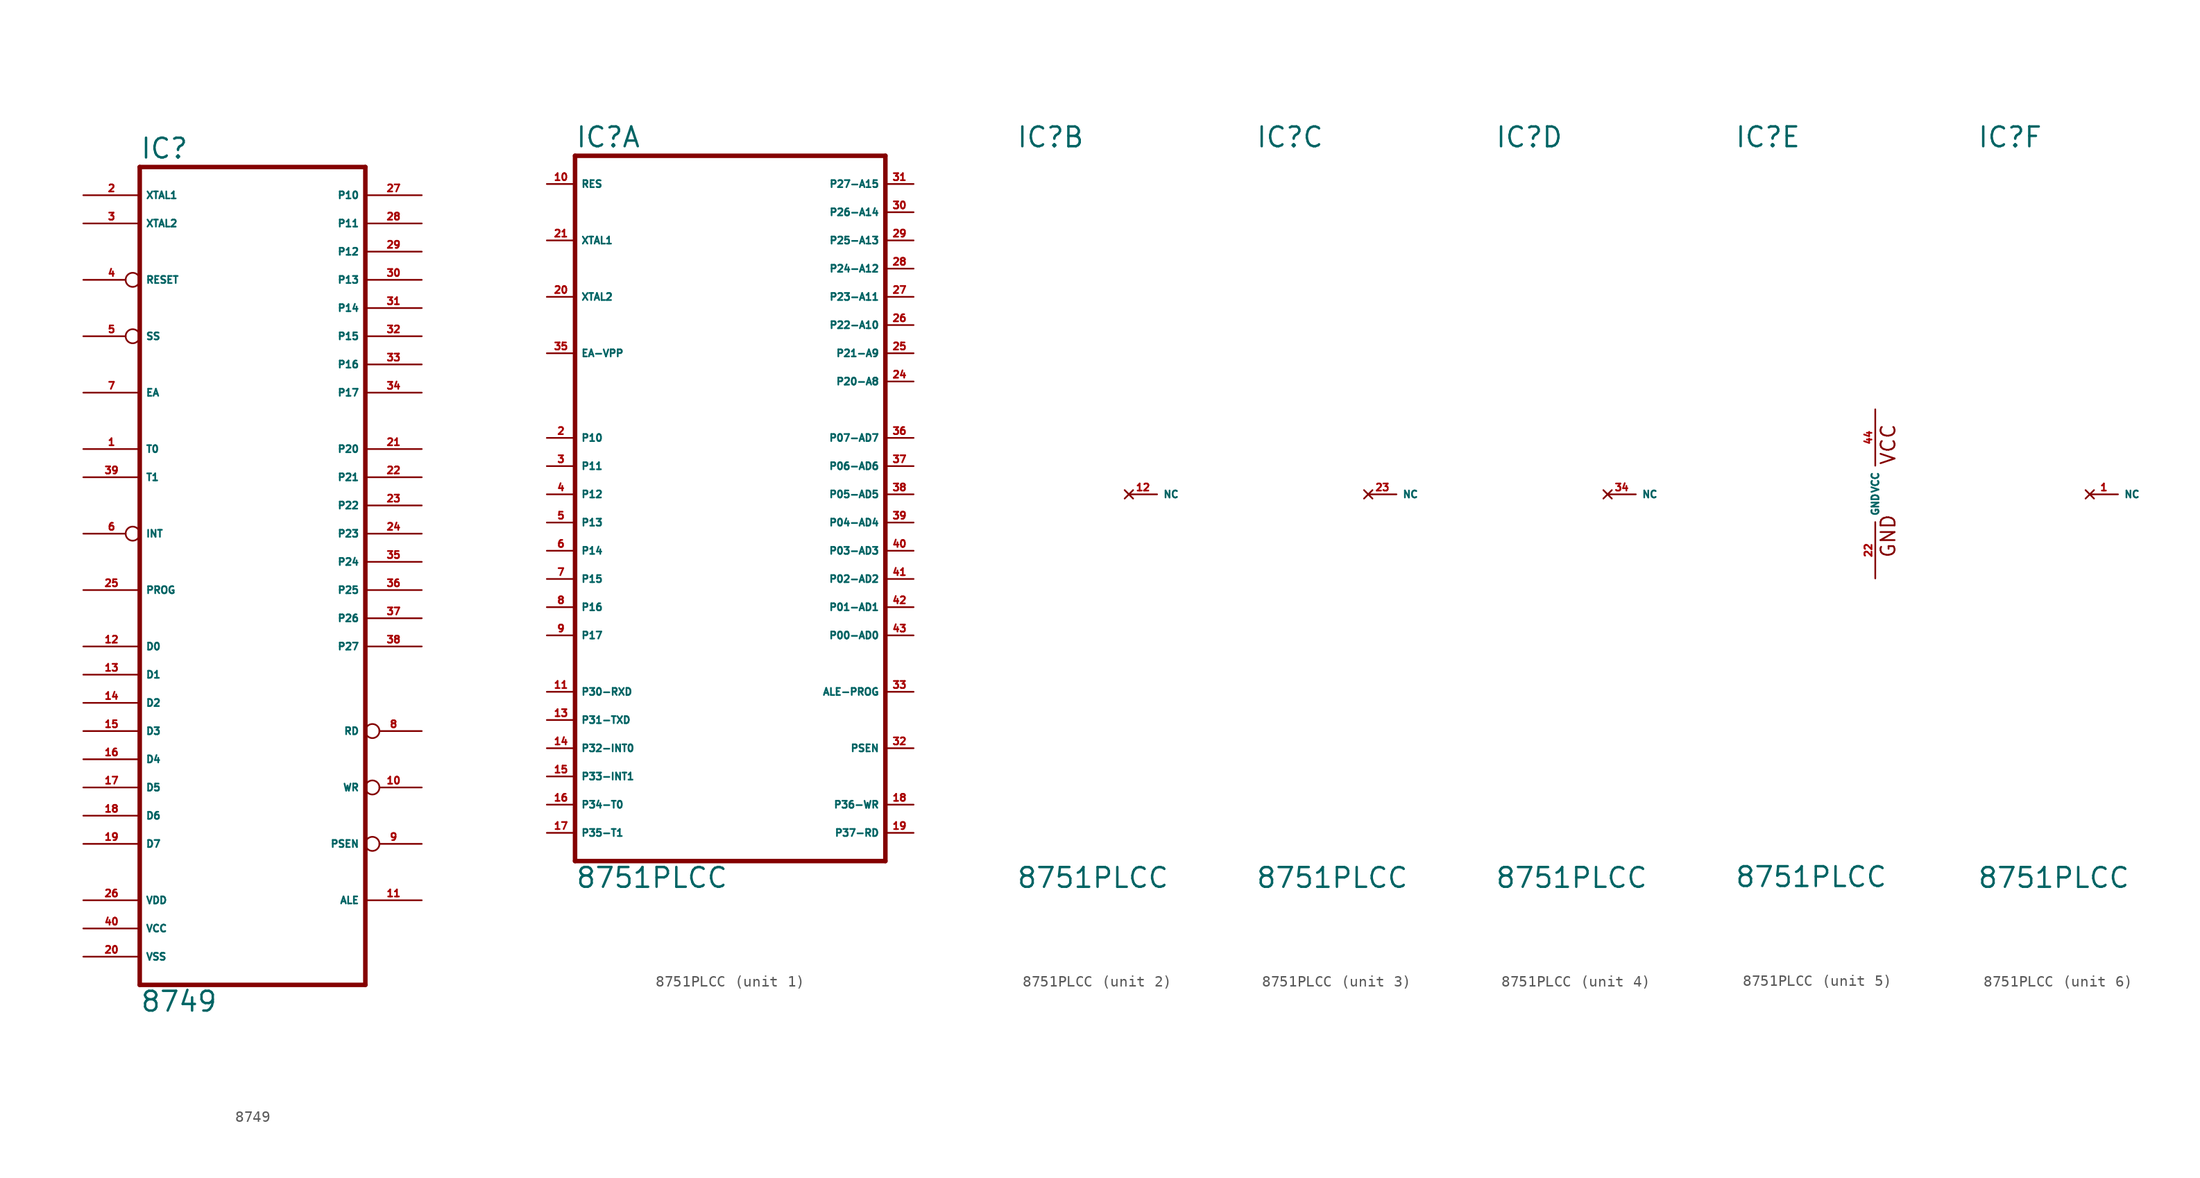
<source format=kicad_sym>
(kicad_symbol_lib
  (version 20220914)
  (generator Eagle2Kicad)
  (symbol "8749"
    (property "Reference" "IC"
      (at -10.16 36.195 0)
      (effects (font (size 1.778 1.778) (thickness 0.22)) (justify left bottom)))
    (property "Value" "8749"
      (at -10.16 -40.64 0)
      (effects (font (size 1.778 1.778) (thickness 0.22)) (justify left bottom)))
    (polyline
      (pts (xy 10.16 35.56) (xy 10.16 -38.1))
      (stroke (width 0.406) (type default))
      (fill (type none)))
    (polyline
      (pts (xy -10.16 -38.1) (xy 10.16 -38.1))
      (stroke (width 0.406) (type default))
      (fill (type none)))
    (polyline
      (pts (xy -10.16 -38.1) (xy -10.16 35.56))
      (stroke (width 0.406) (type default))
      (fill (type none)))
    (polyline
      (pts (xy 10.16 35.56) (xy -10.16 35.56))
      (stroke (width 0.406) (type default))
      (fill (type none)))
    (pin output line
      (at -15.24 30.48 0)
      (length 5.08)
      (name "XTAL2" (effects (font (size 0.635 0.635) (thickness 0.08)) (justify left bottom)))
      (number "3" (effects (font (size 0.635 0.635) (thickness 0.08)) (justify left bottom))))
    (pin input line
      (at -15.24 33.02 0)
      (length 5.08)
      (name "XTAL1" (effects (font (size 0.635 0.635) (thickness 0.08)) (justify left bottom)))
      (number "2" (effects (font (size 0.635 0.635) (thickness 0.08)) (justify left bottom))))
    (pin input line
      (at -15.24 15.24 0)
      (length 5.08)
      (name "EA" (effects (font (size 0.635 0.635) (thickness 0.08)) (justify left bottom)))
      (number "7" (effects (font (size 0.635 0.635) (thickness 0.08)) (justify left bottom))))
    (pin bidirectional line
      (at 15.24 -7.62 180)
      (length 5.08)
      (name "P27" (effects (font (size 0.635 0.635) (thickness 0.08)) (justify left bottom)))
      (number "38" (effects (font (size 0.635 0.635) (thickness 0.08)) (justify left bottom))))
    (pin bidirectional line
      (at 15.24 -5.08 180)
      (length 5.08)
      (name "P26" (effects (font (size 0.635 0.635) (thickness 0.08)) (justify left bottom)))
      (number "37" (effects (font (size 0.635 0.635) (thickness 0.08)) (justify left bottom))))
    (pin bidirectional line
      (at 15.24 -2.54 180)
      (length 5.08)
      (name "P25" (effects (font (size 0.635 0.635) (thickness 0.08)) (justify left bottom)))
      (number "36" (effects (font (size 0.635 0.635) (thickness 0.08)) (justify left bottom))))
    (pin bidirectional line
      (at 15.24 0 180)
      (length 5.08)
      (name "P24" (effects (font (size 0.635 0.635) (thickness 0.08)) (justify left bottom)))
      (number "35" (effects (font (size 0.635 0.635) (thickness 0.08)) (justify left bottom))))
    (pin bidirectional line
      (at 15.24 2.54 180)
      (length 5.08)
      (name "P23" (effects (font (size 0.635 0.635) (thickness 0.08)) (justify left bottom)))
      (number "24" (effects (font (size 0.635 0.635) (thickness 0.08)) (justify left bottom))))
    (pin bidirectional line
      (at 15.24 5.08 180)
      (length 5.08)
      (name "P22" (effects (font (size 0.635 0.635) (thickness 0.08)) (justify left bottom)))
      (number "23" (effects (font (size 0.635 0.635) (thickness 0.08)) (justify left bottom))))
    (pin bidirectional line
      (at 15.24 7.62 180)
      (length 5.08)
      (name "P21" (effects (font (size 0.635 0.635) (thickness 0.08)) (justify left bottom)))
      (number "22" (effects (font (size 0.635 0.635) (thickness 0.08)) (justify left bottom))))
    (pin bidirectional line
      (at 15.24 10.16 180)
      (length 5.08)
      (name "P20" (effects (font (size 0.635 0.635) (thickness 0.08)) (justify left bottom)))
      (number "21" (effects (font (size 0.635 0.635) (thickness 0.08)) (justify left bottom))))
    (pin bidirectional line
      (at -15.24 -25.4 0)
      (length 5.08)
      (name "D7" (effects (font (size 0.635 0.635) (thickness 0.08)) (justify left bottom)))
      (number "19" (effects (font (size 0.635 0.635) (thickness 0.08)) (justify left bottom))))
    (pin bidirectional line
      (at -15.24 -22.86 0)
      (length 5.08)
      (name "D6" (effects (font (size 0.635 0.635) (thickness 0.08)) (justify left bottom)))
      (number "18" (effects (font (size 0.635 0.635) (thickness 0.08)) (justify left bottom))))
    (pin bidirectional line
      (at -15.24 -20.32 0)
      (length 5.08)
      (name "D5" (effects (font (size 0.635 0.635) (thickness 0.08)) (justify left bottom)))
      (number "17" (effects (font (size 0.635 0.635) (thickness 0.08)) (justify left bottom))))
    (pin bidirectional line
      (at -15.24 -17.78 0)
      (length 5.08)
      (name "D4" (effects (font (size 0.635 0.635) (thickness 0.08)) (justify left bottom)))
      (number "16" (effects (font (size 0.635 0.635) (thickness 0.08)) (justify left bottom))))
    (pin bidirectional line
      (at -15.24 -15.24 0)
      (length 5.08)
      (name "D3" (effects (font (size 0.635 0.635) (thickness 0.08)) (justify left bottom)))
      (number "15" (effects (font (size 0.635 0.635) (thickness 0.08)) (justify left bottom))))
    (pin bidirectional line
      (at -15.24 -12.7 0)
      (length 5.08)
      (name "D2" (effects (font (size 0.635 0.635) (thickness 0.08)) (justify left bottom)))
      (number "14" (effects (font (size 0.635 0.635) (thickness 0.08)) (justify left bottom))))
    (pin bidirectional line
      (at -15.24 -10.16 0)
      (length 5.08)
      (name "D1" (effects (font (size 0.635 0.635) (thickness 0.08)) (justify left bottom)))
      (number "13" (effects (font (size 0.635 0.635) (thickness 0.08)) (justify left bottom))))
    (pin bidirectional line
      (at -15.24 -7.62 0)
      (length 5.08)
      (name "D0" (effects (font (size 0.635 0.635) (thickness 0.08)) (justify left bottom)))
      (number "12" (effects (font (size 0.635 0.635) (thickness 0.08)) (justify left bottom))))
    (pin output line
      (at 15.24 -30.48 180)
      (length 5.08)
      (name "ALE" (effects (font (size 0.635 0.635) (thickness 0.08)) (justify left bottom)))
      (number "11" (effects (font (size 0.635 0.635) (thickness 0.08)) (justify left bottom))))
    (pin output inverted
      (at 15.24 -25.4 180)
      (length 5.08)
      (name "PSEN" (effects (font (size 0.635 0.635) (thickness 0.08)) (justify left bottom)))
      (number "9" (effects (font (size 0.635 0.635) (thickness 0.08)) (justify left bottom))))
    (pin output inverted
      (at 15.24 -15.24 180)
      (length 5.08)
      (name "RD" (effects (font (size 0.635 0.635) (thickness 0.08)) (justify left bottom)))
      (number "8" (effects (font (size 0.635 0.635) (thickness 0.08)) (justify left bottom))))
    (pin output inverted
      (at 15.24 -20.32 180)
      (length 5.08)
      (name "WR" (effects (font (size 0.635 0.635) (thickness 0.08)) (justify left bottom)))
      (number "10" (effects (font (size 0.635 0.635) (thickness 0.08)) (justify left bottom))))
    (pin unspecified line
      (at -15.24 -33.02 0)
      (length 5.08)
      (name "VCC" (effects (font (size 0.635 0.635) (thickness 0.08)) (justify left bottom)))
      (number "40" (effects (font (size 0.635 0.635) (thickness 0.08)) (justify left bottom))))
    (pin unspecified line
      (at -15.24 -35.56 0)
      (length 5.08)
      (name "VSS" (effects (font (size 0.635 0.635) (thickness 0.08)) (justify left bottom)))
      (number "20" (effects (font (size 0.635 0.635) (thickness 0.08)) (justify left bottom))))
    (pin bidirectional line
      (at 15.24 30.48 180)
      (length 5.08)
      (name "P11" (effects (font (size 0.635 0.635) (thickness 0.08)) (justify left bottom)))
      (number "28" (effects (font (size 0.635 0.635) (thickness 0.08)) (justify left bottom))))
    (pin input inverted
      (at -15.24 25.4 0)
      (length 5.08)
      (name "RESET" (effects (font (size 0.635 0.635) (thickness 0.08)) (justify left bottom)))
      (number "4" (effects (font (size 0.635 0.635) (thickness 0.08)) (justify left bottom))))
    (pin bidirectional line
      (at 15.24 25.4 180)
      (length 5.08)
      (name "P13" (effects (font (size 0.635 0.635) (thickness 0.08)) (justify left bottom)))
      (number "30" (effects (font (size 0.635 0.635) (thickness 0.08)) (justify left bottom))))
    (pin bidirectional line
      (at 15.24 22.86 180)
      (length 5.08)
      (name "P14" (effects (font (size 0.635 0.635) (thickness 0.08)) (justify left bottom)))
      (number "31" (effects (font (size 0.635 0.635) (thickness 0.08)) (justify left bottom))))
    (pin bidirectional line
      (at 15.24 20.32 180)
      (length 5.08)
      (name "P15" (effects (font (size 0.635 0.635) (thickness 0.08)) (justify left bottom)))
      (number "32" (effects (font (size 0.635 0.635) (thickness 0.08)) (justify left bottom))))
    (pin bidirectional line
      (at 15.24 17.78 180)
      (length 5.08)
      (name "P16" (effects (font (size 0.635 0.635) (thickness 0.08)) (justify left bottom)))
      (number "33" (effects (font (size 0.635 0.635) (thickness 0.08)) (justify left bottom))))
    (pin bidirectional line
      (at 15.24 15.24 180)
      (length 5.08)
      (name "P17" (effects (font (size 0.635 0.635) (thickness 0.08)) (justify left bottom)))
      (number "34" (effects (font (size 0.635 0.635) (thickness 0.08)) (justify left bottom))))
    (pin input line
      (at -15.24 10.16 0)
      (length 5.08)
      (name "T0" (effects (font (size 0.635 0.635) (thickness 0.08)) (justify left bottom)))
      (number "1" (effects (font (size 0.635 0.635) (thickness 0.08)) (justify left bottom))))
    (pin input line
      (at -15.24 7.62 0)
      (length 5.08)
      (name "T1" (effects (font (size 0.635 0.635) (thickness 0.08)) (justify left bottom)))
      (number "39" (effects (font (size 0.635 0.635) (thickness 0.08)) (justify left bottom))))
    (pin input inverted
      (at -15.24 20.32 0)
      (length 5.08)
      (name "SS" (effects (font (size 0.635 0.635) (thickness 0.08)) (justify left bottom)))
      (number "5" (effects (font (size 0.635 0.635) (thickness 0.08)) (justify left bottom))))
    (pin input line
      (at -15.24 -2.54 0)
      (length 5.08)
      (name "PROG" (effects (font (size 0.635 0.635) (thickness 0.08)) (justify left bottom)))
      (number "25" (effects (font (size 0.635 0.635) (thickness 0.08)) (justify left bottom))))
    (pin input inverted
      (at -15.24 2.54 0)
      (length 5.08)
      (name "INT" (effects (font (size 0.635 0.635) (thickness 0.08)) (justify left bottom)))
      (number "6" (effects (font (size 0.635 0.635) (thickness 0.08)) (justify left bottom))))
    (pin bidirectional line
      (at 15.24 27.94 180)
      (length 5.08)
      (name "P12" (effects (font (size 0.635 0.635) (thickness 0.08)) (justify left bottom)))
      (number "29" (effects (font (size 0.635 0.635) (thickness 0.08)) (justify left bottom))))
    (pin bidirectional line
      (at 15.24 33.02 180)
      (length 5.08)
      (name "P10" (effects (font (size 0.635 0.635) (thickness 0.08)) (justify left bottom)))
      (number "27" (effects (font (size 0.635 0.635) (thickness 0.08)) (justify left bottom))))
    (pin unspecified line
      (at -15.24 -30.48 0)
      (length 5.08)
      (name "VDD" (effects (font (size 0.635 0.635) (thickness 0.08)) (justify left bottom)))
      (number "26" (effects (font (size 0.635 0.635) (thickness 0.08)) (justify left bottom)))))
  (symbol "8751PLCC"
    (property "Reference" "IC"
      (at -12.7 31.115 0)
      (effects (font (size 1.778 1.778) (thickness 0.22)) (justify left bottom)))
    (property "Value" "8751PLCC"
      (at -12.7 -35.56 0)
      (effects (font (size 1.778 1.778) (thickness 0.22)) (justify left bottom)))
    (symbol "8751PLCC_1_0"
      (polyline (pts (xy 15.24 30.48) (xy 15.24 -33.02)) (stroke (width 0.406) (type default)) (fill (type none)))
      (polyline (pts (xy -12.7 -33.02) (xy 15.24 -33.02)) (stroke (width 0.406) (type default)) (fill (type none)))
      (polyline (pts (xy -12.7 -33.02) (xy -12.7 30.48)) (stroke (width 0.406) (type default)) (fill (type none)))
      (polyline (pts (xy 15.24 30.48) (xy -12.7 30.48)) (stroke (width 0.406) (type default)) (fill (type none)))
      (pin input line (at -15.24 17.78 0) (length 2.54) (name "XTAL2" (effects (font (size 0.635 0.635) (thickness 0.08)) (justify left bottom))) (number "20" (effects (font (size 0.635 0.635) (thickness 0.08)) (justify left bottom))))
      (pin input line (at -15.24 22.86 0) (length 2.54) (name "XTAL1" (effects (font (size 0.635 0.635) (thickness 0.08)) (justify left bottom))) (number "21" (effects (font (size 0.635 0.635) (thickness 0.08)) (justify left bottom))))
      (pin input line (at -15.24 12.7 0) (length 2.54) (name "EA-VPP" (effects (font (size 0.635 0.635) (thickness 0.08)) (justify left bottom))) (number "35" (effects (font (size 0.635 0.635) (thickness 0.08)) (justify left bottom))))
      (pin bidirectional line (at 17.78 27.94 180) (length 2.54) (name "P27-A15" (effects (font (size 0.635 0.635) (thickness 0.08)) (justify left bottom))) (number "31" (effects (font (size 0.635 0.635) (thickness 0.08)) (justify left bottom))))
      (pin bidirectional line (at 17.78 25.4 180) (length 2.54) (name "P26-A14" (effects (font (size 0.635 0.635) (thickness 0.08)) (justify left bottom))) (number "30" (effects (font (size 0.635 0.635) (thickness 0.08)) (justify left bottom))))
      (pin bidirectional line (at 17.78 22.86 180) (length 2.54) (name "P25-A13" (effects (font (size 0.635 0.635) (thickness 0.08)) (justify left bottom))) (number "29" (effects (font (size 0.635 0.635) (thickness 0.08)) (justify left bottom))))
      (pin bidirectional line (at 17.78 20.32 180) (length 2.54) (name "P24-A12" (effects (font (size 0.635 0.635) (thickness 0.08)) (justify left bottom))) (number "28" (effects (font (size 0.635 0.635) (thickness 0.08)) (justify left bottom))))
      (pin bidirectional line (at 17.78 17.78 180) (length 2.54) (name "P23-A11" (effects (font (size 0.635 0.635) (thickness 0.08)) (justify left bottom))) (number "27" (effects (font (size 0.635 0.635) (thickness 0.08)) (justify left bottom))))
      (pin bidirectional line (at 17.78 15.24 180) (length 2.54) (name "P22-A10" (effects (font (size 0.635 0.635) (thickness 0.08)) (justify left bottom))) (number "26" (effects (font (size 0.635 0.635) (thickness 0.08)) (justify left bottom))))
      (pin bidirectional line (at 17.78 12.7 180) (length 2.54) (name "P21-A9" (effects (font (size 0.635 0.635) (thickness 0.08)) (justify left bottom))) (number "25" (effects (font (size 0.635 0.635) (thickness 0.08)) (justify left bottom))))
      (pin bidirectional line (at 17.78 10.16 180) (length 2.54) (name "P20-A8" (effects (font (size 0.635 0.635) (thickness 0.08)) (justify left bottom))) (number "24" (effects (font (size 0.635 0.635) (thickness 0.08)) (justify left bottom))))
      (pin bidirectional line (at 17.78 5.08 180) (length 2.54) (name "P07-AD7" (effects (font (size 0.635 0.635) (thickness 0.08)) (justify left bottom))) (number "36" (effects (font (size 0.635 0.635) (thickness 0.08)) (justify left bottom))))
      (pin bidirectional line (at 17.78 2.54 180) (length 2.54) (name "P06-AD6" (effects (font (size 0.635 0.635) (thickness 0.08)) (justify left bottom))) (number "37" (effects (font (size 0.635 0.635) (thickness 0.08)) (justify left bottom))))
      (pin bidirectional line (at 17.78 0 180) (length 2.54) (name "P05-AD5" (effects (font (size 0.635 0.635) (thickness 0.08)) (justify left bottom))) (number "38" (effects (font (size 0.635 0.635) (thickness 0.08)) (justify left bottom))))
      (pin bidirectional line (at 17.78 -2.54 180) (length 2.54) (name "P04-AD4" (effects (font (size 0.635 0.635) (thickness 0.08)) (justify left bottom))) (number "39" (effects (font (size 0.635 0.635) (thickness 0.08)) (justify left bottom))))
      (pin bidirectional line (at 17.78 -5.08 180) (length 2.54) (name "P03-AD3" (effects (font (size 0.635 0.635) (thickness 0.08)) (justify left bottom))) (number "40" (effects (font (size 0.635 0.635) (thickness 0.08)) (justify left bottom))))
      (pin bidirectional line (at 17.78 -7.62 180) (length 2.54) (name "P02-AD2" (effects (font (size 0.635 0.635) (thickness 0.08)) (justify left bottom))) (number "41" (effects (font (size 0.635 0.635) (thickness 0.08)) (justify left bottom))))
      (pin bidirectional line (at 17.78 -10.16 180) (length 2.54) (name "P01-AD1" (effects (font (size 0.635 0.635) (thickness 0.08)) (justify left bottom))) (number "42" (effects (font (size 0.635 0.635) (thickness 0.08)) (justify left bottom))))
      (pin bidirectional line (at 17.78 -12.7 180) (length 2.54) (name "P00-AD0" (effects (font (size 0.635 0.635) (thickness 0.08)) (justify left bottom))) (number "43" (effects (font (size 0.635 0.635) (thickness 0.08)) (justify left bottom))))
      (pin output line (at 17.78 -17.78 180) (length 2.54) (name "ALE-PROG" (effects (font (size 0.635 0.635) (thickness 0.08)) (justify left bottom))) (number "33" (effects (font (size 0.635 0.635) (thickness 0.08)) (justify left bottom))))
      (pin output line (at 17.78 -22.86 180) (length 2.54) (name "PSEN" (effects (font (size 0.635 0.635) (thickness 0.08)) (justify left bottom))) (number "32" (effects (font (size 0.635 0.635) (thickness 0.08)) (justify left bottom))))
      (pin bidirectional line (at 17.78 -30.48 180) (length 2.54) (name "P37-RD" (effects (font (size 0.635 0.635) (thickness 0.08)) (justify left bottom))) (number "19" (effects (font (size 0.635 0.635) (thickness 0.08)) (justify left bottom))))
      (pin bidirectional line (at 17.78 -27.94 180) (length 2.54) (name "P36-WR" (effects (font (size 0.635 0.635) (thickness 0.08)) (justify left bottom))) (number "18" (effects (font (size 0.635 0.635) (thickness 0.08)) (justify left bottom))))
      (pin bidirectional line (at -15.24 2.54 0) (length 2.54) (name "P11" (effects (font (size 0.635 0.635) (thickness 0.08)) (justify left bottom))) (number "3" (effects (font (size 0.635 0.635) (thickness 0.08)) (justify left bottom))))
      (pin input line (at -15.24 27.94 0) (length 2.54) (name "RES" (effects (font (size 0.635 0.635) (thickness 0.08)) (justify left bottom))) (number "10" (effects (font (size 0.635 0.635) (thickness 0.08)) (justify left bottom))))
      (pin bidirectional line (at -15.24 -2.54 0) (length 2.54) (name "P13" (effects (font (size 0.635 0.635) (thickness 0.08)) (justify left bottom))) (number "5" (effects (font (size 0.635 0.635) (thickness 0.08)) (justify left bottom))))
      (pin bidirectional line (at -15.24 -5.08 0) (length 2.54) (name "P14" (effects (font (size 0.635 0.635) (thickness 0.08)) (justify left bottom))) (number "6" (effects (font (size 0.635 0.635) (thickness 0.08)) (justify left bottom))))
      (pin bidirectional line (at -15.24 -7.62 0) (length 2.54) (name "P15" (effects (font (size 0.635 0.635) (thickness 0.08)) (justify left bottom))) (number "7" (effects (font (size 0.635 0.635) (thickness 0.08)) (justify left bottom))))
      (pin bidirectional line (at -15.24 -10.16 0) (length 2.54) (name "P16" (effects (font (size 0.635 0.635) (thickness 0.08)) (justify left bottom))) (number "8" (effects (font (size 0.635 0.635) (thickness 0.08)) (justify left bottom))))
      (pin bidirectional line (at -15.24 -12.7 0) (length 2.54) (name "P17" (effects (font (size 0.635 0.635) (thickness 0.08)) (justify left bottom))) (number "9" (effects (font (size 0.635 0.635) (thickness 0.08)) (justify left bottom))))
      (pin bidirectional line (at -15.24 -17.78 0) (length 2.54) (name "P30-RXD" (effects (font (size 0.635 0.635) (thickness 0.08)) (justify left bottom))) (number "11" (effects (font (size 0.635 0.635) (thickness 0.08)) (justify left bottom))))
      (pin bidirectional line (at -15.24 -20.32 0) (length 2.54) (name "P31-TXD" (effects (font (size 0.635 0.635) (thickness 0.08)) (justify left bottom))) (number "13" (effects (font (size 0.635 0.635) (thickness 0.08)) (justify left bottom))))
      (pin bidirectional line (at -15.24 -22.86 0) (length 2.54) (name "P32-INT0" (effects (font (size 0.635 0.635) (thickness 0.08)) (justify left bottom))) (number "14" (effects (font (size 0.635 0.635) (thickness 0.08)) (justify left bottom))))
      (pin bidirectional line (at -15.24 -25.4 0) (length 2.54) (name "P33-INT1" (effects (font (size 0.635 0.635) (thickness 0.08)) (justify left bottom))) (number "15" (effects (font (size 0.635 0.635) (thickness 0.08)) (justify left bottom))))
      (pin bidirectional line (at -15.24 -27.94 0) (length 2.54) (name "P34-T0" (effects (font (size 0.635 0.635) (thickness 0.08)) (justify left bottom))) (number "16" (effects (font (size 0.635 0.635) (thickness 0.08)) (justify left bottom))))
      (pin bidirectional line (at -15.24 -30.48 0) (length 2.54) (name "P35-T1" (effects (font (size 0.635 0.635) (thickness 0.08)) (justify left bottom))) (number "17" (effects (font (size 0.635 0.635) (thickness 0.08)) (justify left bottom))))
      (pin bidirectional line (at -15.24 0 0) (length 2.54) (name "P12" (effects (font (size 0.635 0.635) (thickness 0.08)) (justify left bottom))) (number "4" (effects (font (size 0.635 0.635) (thickness 0.08)) (justify left bottom))))
      (pin bidirectional line (at -15.24 5.08 0) (length 2.54) (name "P10" (effects (font (size 0.635 0.635) (thickness 0.08)) (justify left bottom))) (number "2" (effects (font (size 0.635 0.635) (thickness 0.08)) (justify left bottom)))))
    (symbol "8751PLCC_2_0"
      (pin no_connect line (at -2.54 0 0) (length 2.54) (name "NC" (effects (font (size 0.635 0.635) (thickness 0.08)) (justify left bottom) hide)) (number "12" (effects (font (size 0.635 0.635) (thickness 0.08)) (justify left bottom) hide))))
    (symbol "8751PLCC_3_0"
      (pin no_connect line (at -2.54 0 0) (length 2.54) (name "NC" (effects (font (size 0.635 0.635) (thickness 0.08)) (justify left bottom) hide)) (number "23" (effects (font (size 0.635 0.635) (thickness 0.08)) (justify left bottom) hide))))
    (symbol "8751PLCC_4_0"
      (pin no_connect line (at -2.54 0 0) (length 2.54) (name "NC" (effects (font (size 0.635 0.635) (thickness 0.08)) (justify left bottom) hide)) (number "34" (effects (font (size 0.635 0.635) (thickness 0.08)) (justify left bottom) hide))))
    (symbol "8751PLCC_5_0"
      (text "GND" (at 1.905 -5.842 900) (effects (font (size 1.27 1.27) (thickness 0.16)) (justify left bottom)))
      (text "VCC" (at 1.905 2.54 900) (effects (font (size 1.27 1.27) (thickness 0.16)) (justify left bottom)))
      (pin unspecified line (at 0 -7.62 90) (length 5.08) (name "GND" (effects (font (size 0.635 0.635) (thickness 0.08)) (justify left bottom))) (number "22" (effects (font (size 0.635 0.635) (thickness 0.08)) (justify left bottom))))
      (pin unspecified line (at 0 7.62 270) (length 5.08) (name "VCC" (effects (font (size 0.635 0.635) (thickness 0.08)) (justify left bottom))) (number "44" (effects (font (size 0.635 0.635) (thickness 0.08)) (justify left bottom)))))
    (symbol "8751PLCC_6_0"
      (pin no_connect line (at -2.54 0 0) (length 2.54) (name "NC" (effects (font (size 0.635 0.635) (thickness 0.08)) (justify left bottom) hide)) (number "1" (effects (font (size 0.635 0.635) (thickness 0.08)) (justify left bottom) hide))))))
</source>
